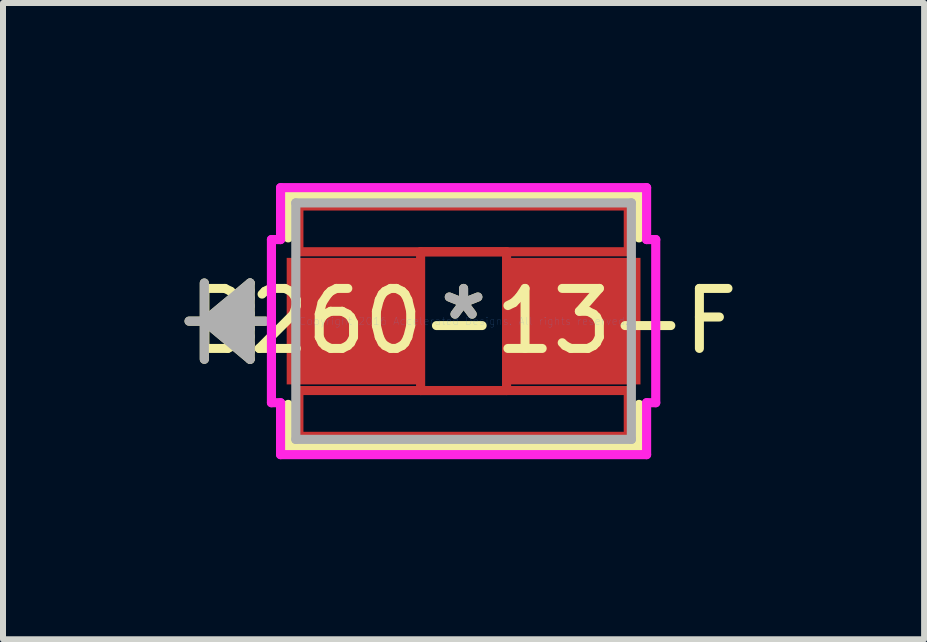
<source format=kicad_pcb>
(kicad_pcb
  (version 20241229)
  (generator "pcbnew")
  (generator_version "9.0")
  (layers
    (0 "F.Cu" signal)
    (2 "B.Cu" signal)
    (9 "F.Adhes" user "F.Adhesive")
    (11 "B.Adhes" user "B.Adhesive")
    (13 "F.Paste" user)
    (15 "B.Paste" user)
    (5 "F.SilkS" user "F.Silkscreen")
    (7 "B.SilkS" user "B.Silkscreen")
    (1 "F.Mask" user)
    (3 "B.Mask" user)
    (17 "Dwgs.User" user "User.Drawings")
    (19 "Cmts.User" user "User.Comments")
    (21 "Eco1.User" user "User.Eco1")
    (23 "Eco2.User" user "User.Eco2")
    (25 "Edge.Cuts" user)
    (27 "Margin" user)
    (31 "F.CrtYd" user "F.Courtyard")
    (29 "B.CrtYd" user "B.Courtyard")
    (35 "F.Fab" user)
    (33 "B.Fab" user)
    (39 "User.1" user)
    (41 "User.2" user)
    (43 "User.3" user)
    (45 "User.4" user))
  (footprint "B260-13-F"
    (layer "F.Cu")
    (at 4.673 2.3)
    (property "Reference" "B260-13-F" (at 0 0 0) (layer "F.SilkS") (effects (font (size 1 1) (thickness 0.15))))
    (attr through_hole)
    (fp_line (start -2.744 -1.919) (end 2.744 -1.919) (stroke (width 0.152) (type solid)) (layer "F.Cu"))
    (fp_line (start -2.744 -1.156) (end -2.744 -1.919) (stroke (width 0.152) (type solid)) (layer "F.Cu"))
    (fp_line (start -2.744 1.156) (end 2.744 1.156) (stroke (width 0.152) (type solid)) (layer "F.Cu"))
    (fp_line (start -2.744 1.919) (end -2.744 1.156) (stroke (width 0.152) (type solid)) (layer "F.Cu"))
    (fp_line (start -0.716 -1.156) (end 0.716 -1.156) (stroke (width 0.152) (type solid)) (layer "F.Cu"))
    (fp_line (start -0.716 1.156) (end -0.716 -1.156) (stroke (width 0.152) (type solid)) (layer "F.Cu"))
    (fp_line (start 0.716 -1.156) (end 0.716 1.156) (stroke (width 0.152) (type solid)) (layer "F.Cu"))
    (fp_line (start 0.716 1.156) (end -0.716 1.156) (stroke (width 0.152) (type solid)) (layer "F.Cu"))
    (fp_line (start 2.744 -1.919) (end 2.744 -1.156) (stroke (width 0.152) (type solid)) (layer "F.Cu"))
    (fp_line (start 2.744 -1.156) (end -2.744 -1.156) (stroke (width 0.152) (type solid)) (layer "F.Cu"))
    (fp_line (start 2.744 1.156) (end 2.744 1.919) (stroke (width 0.152) (type solid)) (layer "F.Cu"))
    (fp_line (start 2.744 1.919) (end -2.744 1.919) (stroke (width 0.152) (type solid)) (layer "F.Cu"))
    (fp_line (start -4.319 -0.635) (end -4.319 0.635) (stroke (width 0.152) (type solid)) (layer "F.SilkS"))
    (fp_line (start -4.319 0) (end -3.557 -0.635) (stroke (width 0.152) (type solid)) (layer "F.SilkS"))
    (fp_line (start -4.319 0) (end -3.557 -0.508) (stroke (width 0.152) (type solid)) (layer "F.SilkS"))
    (fp_line (start -4.319 0) (end -3.557 -0.381) (stroke (width 0.152) (type solid)) (layer "F.SilkS"))
    (fp_line (start -4.319 0) (end -3.557 -0.254) (stroke (width 0.152) (type solid)) (layer "F.SilkS"))
    (fp_line (start -4.319 0) (end -3.557 -0.127) (stroke (width 0.152) (type solid)) (layer "F.SilkS"))
    (fp_line (start -4.319 0) (end -3.557 0.127) (stroke (width 0.152) (type solid)) (layer "F.SilkS"))
    (fp_line (start -4.319 0) (end -3.557 0.254) (stroke (width 0.152) (type solid)) (layer "F.SilkS"))
    (fp_line (start -4.319 0) (end -3.557 0.381) (stroke (width 0.152) (type solid)) (layer "F.SilkS"))
    (fp_line (start -4.319 0) (end -3.557 0.508) (stroke (width 0.152) (type solid)) (layer "F.SilkS"))
    (fp_line (start -4.319 0) (end -3.557 0.635) (stroke (width 0.152) (type solid)) (layer "F.SilkS"))
    (fp_line (start -3.557 -0.635) (end -3.557 0.635) (stroke (width 0.152) (type solid)) (layer "F.SilkS"))
    (fp_line (start -3.303 0) (end -4.573 0) (stroke (width 0.152) (type solid)) (layer "F.SilkS"))
    (fp_line (start -2.922 -2.097) (end -2.922 -1.387) (stroke (width 0.152) (type solid)) (layer "F.SilkS"))
    (fp_line (start -2.922 1.387) (end -2.922 2.097) (stroke (width 0.152) (type solid)) (layer "F.SilkS"))
    (fp_line (start -2.922 2.097) (end 2.922 2.097) (stroke (width 0.152) (type solid)) (layer "F.SilkS"))
    (fp_line (start 2.922 -2.097) (end -2.922 -2.097) (stroke (width 0.152) (type solid)) (layer "F.SilkS"))
    (fp_line (start 2.922 -1.387) (end 2.922 -2.097) (stroke (width 0.152) (type solid)) (layer "F.SilkS"))
    (fp_line (start 2.922 2.097) (end 2.922 1.387) (stroke (width 0.152) (type solid)) (layer "F.SilkS"))
    (fp_line (start -3.201 -1.359) (end -3.049 -1.359) (stroke (width 0.152) (type solid)) (layer "F.CrtYd"))
    (fp_line (start -3.201 1.359) (end -3.201 -1.359) (stroke (width 0.152) (type solid)) (layer "F.CrtYd"))
    (fp_line (start -3.049 -2.224) (end 3.049 -2.224) (stroke (width 0.152) (type solid)) (layer "F.CrtYd"))
    (fp_line (start -3.049 -1.359) (end -3.049 -2.224) (stroke (width 0.152) (type solid)) (layer "F.CrtYd"))
    (fp_line (start -3.049 1.359) (end -3.201 1.359) (stroke (width 0.152) (type solid)) (layer "F.CrtYd"))
    (fp_line (start -3.049 2.224) (end -3.049 1.359) (stroke (width 0.152) (type solid)) (layer "F.CrtYd"))
    (fp_line (start 3.049 -2.224) (end 3.049 -1.359) (stroke (width 0.152) (type solid)) (layer "F.CrtYd"))
    (fp_line (start 3.049 -1.359) (end 3.201 -1.359) (stroke (width 0.152) (type solid)) (layer "F.CrtYd"))
    (fp_line (start 3.049 1.359) (end 3.049 2.224) (stroke (width 0.152) (type solid)) (layer "F.CrtYd"))
    (fp_line (start 3.049 2.224) (end -3.049 2.224) (stroke (width 0.152) (type solid)) (layer "F.CrtYd"))
    (fp_line (start 3.201 -1.359) (end 3.201 1.359) (stroke (width 0.152) (type solid)) (layer "F.CrtYd"))
    (fp_line (start 3.201 1.359) (end 3.049 1.359) (stroke (width 0.152) (type solid)) (layer "F.CrtYd"))
    (fp_line (start -4.319 -0.635) (end -4.319 0.635) (stroke (width 0.152) (type solid)) (layer "F.Fab"))
    (fp_line (start -4.319 0) (end -3.557 -0.635) (stroke (width 0.152) (type solid)) (layer "F.Fab"))
    (fp_line (start -4.319 0) (end -3.557 -0.508) (stroke (width 0.152) (type solid)) (layer "F.Fab"))
    (fp_line (start -4.319 0) (end -3.557 -0.381) (stroke (width 0.152) (type solid)) (layer "F.Fab"))
    (fp_line (start -4.319 0) (end -3.557 -0.254) (stroke (width 0.152) (type solid)) (layer "F.Fab"))
    (fp_line (start -4.319 0) (end -3.557 -0.127) (stroke (width 0.152) (type solid)) (layer "F.Fab"))
    (fp_line (start -4.319 0) (end -3.557 0.127) (stroke (width 0.152) (type solid)) (layer "F.Fab"))
    (fp_line (start -4.319 0) (end -3.557 0.254) (stroke (width 0.152) (type solid)) (layer "F.Fab"))
    (fp_line (start -4.319 0) (end -3.557 0.381) (stroke (width 0.152) (type solid)) (layer "F.Fab"))
    (fp_line (start -4.319 0) (end -3.557 0.508) (stroke (width 0.152) (type solid)) (layer "F.Fab"))
    (fp_line (start -4.319 0) (end -3.557 0.635) (stroke (width 0.152) (type solid)) (layer "F.Fab"))
    (fp_line (start -3.557 -0.635) (end -3.557 0.635) (stroke (width 0.152) (type solid)) (layer "F.Fab"))
    (fp_line (start -3.303 0) (end -4.573 0) (stroke (width 0.152) (type solid)) (layer "F.Fab"))
    (fp_line (start -2.795 -1.97) (end -2.795 1.97) (stroke (width 0.152) (type solid)) (layer "F.Fab"))
    (fp_line (start -2.795 1.97) (end 2.795 1.97) (stroke (width 0.152) (type solid)) (layer "F.Fab"))
    (fp_line (start 2.795 -1.97) (end -2.795 -1.97) (stroke (width 0.152) (type solid)) (layer "F.Fab"))
    (fp_line (start 2.795 1.97) (end 2.795 -1.97) (stroke (width 0.152) (type solid)) (layer "F.Fab"))
    (fp_text user "*" (at 0 0 0) (layer "F.SilkS") (effects (font (size 1 1) (thickness 0.15))))
    (fp_text user "Copyright 2016 Accelerated Designs. All rights reserved." (at 0 0 0) (layer "Cmts.User") (effects (font (size 0.127 0.127) (thickness 0.002))))
    (fp_text user "*" (at 0 0 0) (layer "F.Fab") (effects (font (size 1 1) (thickness 0.15))))
    (pad "1" smd rect (at -1.857 0 90) (size 2.108 2.18) (layers "F.Cu" "F.Mask" "F.Paste"))
    (pad "2" smd rect (at 1.857 0 90) (size 2.108 2.18) (layers "F.Cu" "F.Mask" "F.Paste")))
  (gr_rect
    (start -3 -3)
    (end 12.345 7.6)
    (stroke (width 0.1) (type default))
    (fill no)
    (layer "Edge.Cuts")))
</source>
